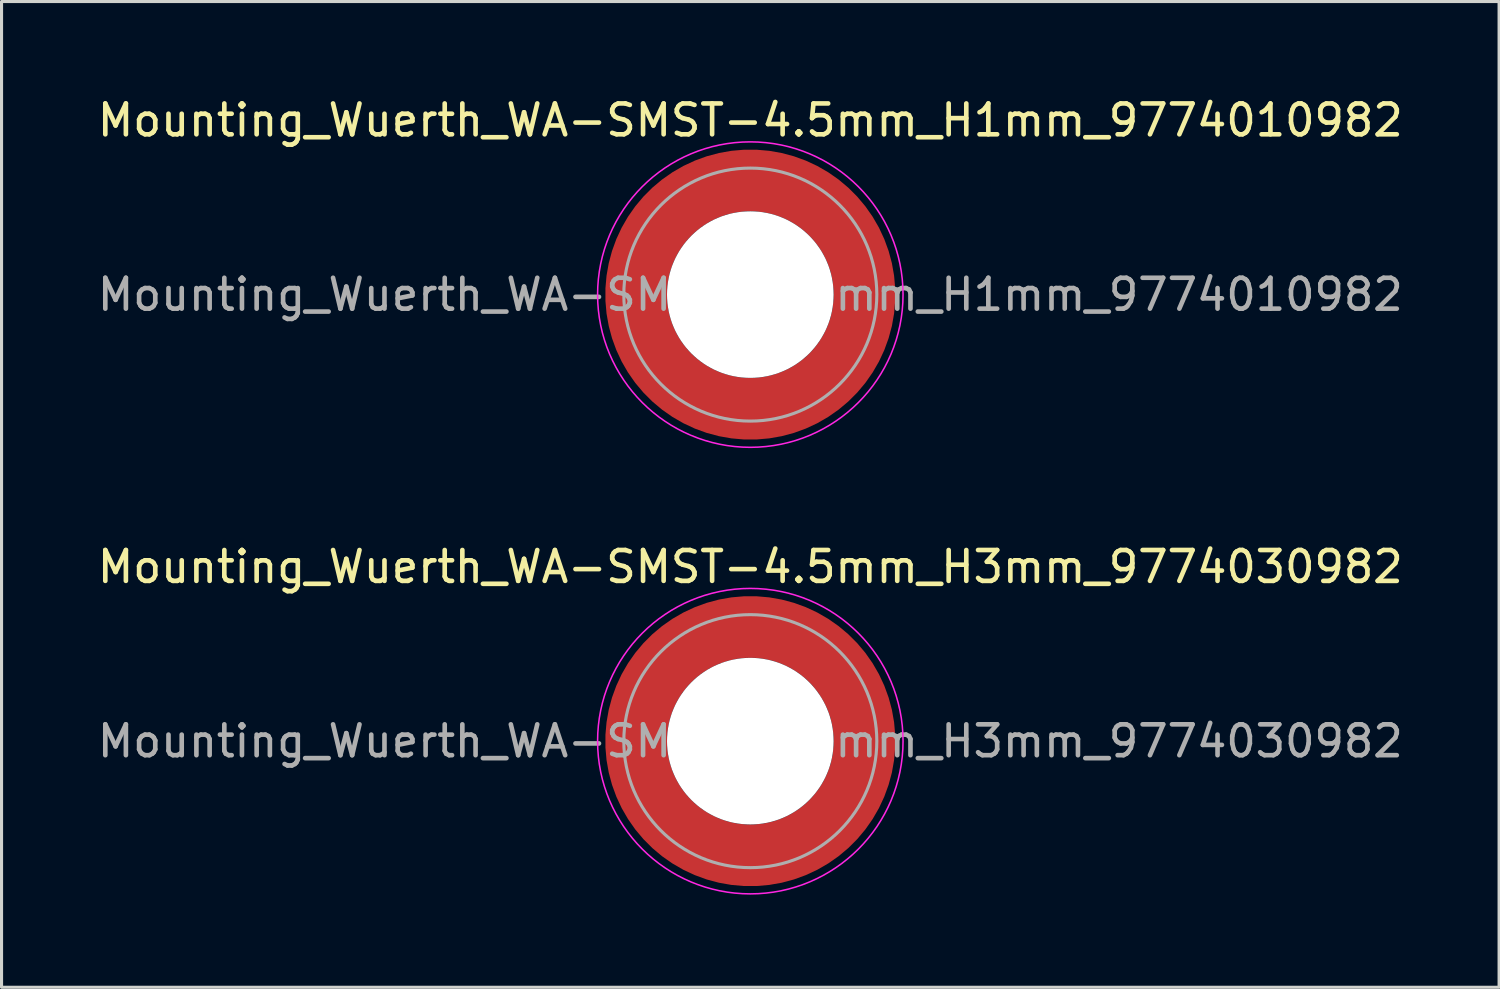
<source format=kicad_pcb>
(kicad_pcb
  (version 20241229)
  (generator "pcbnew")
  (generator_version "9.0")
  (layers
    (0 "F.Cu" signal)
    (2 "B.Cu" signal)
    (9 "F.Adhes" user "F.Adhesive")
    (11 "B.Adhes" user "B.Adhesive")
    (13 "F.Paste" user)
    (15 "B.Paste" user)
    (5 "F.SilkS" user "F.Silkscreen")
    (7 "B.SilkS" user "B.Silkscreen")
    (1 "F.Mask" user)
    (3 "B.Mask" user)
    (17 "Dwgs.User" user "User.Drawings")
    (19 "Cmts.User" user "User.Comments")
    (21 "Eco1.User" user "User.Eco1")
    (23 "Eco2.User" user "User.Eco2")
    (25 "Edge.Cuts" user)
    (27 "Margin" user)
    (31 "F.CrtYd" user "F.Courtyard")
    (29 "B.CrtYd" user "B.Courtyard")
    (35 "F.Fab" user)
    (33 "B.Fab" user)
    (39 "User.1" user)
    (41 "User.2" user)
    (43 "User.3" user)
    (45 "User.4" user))
  (footprint "Mounting_Wuerth_WA-SMST-4.5mm_H3mm_9774030982"
    (layer "F.Cu")
    (at 21.268 20.971)
    (property "Reference" "Mounting_Wuerth_WA-SMST-4.5mm_H3mm_9774030982" (at 0 -5.65 0) (layer "F.SilkS") (effects (font (size 1 1) (thickness 0.15))))
    (attr smd)
    (fp_circle (center 0 0) (end 4.95 0) (stroke (width 0.05) (type solid)) (fill no) (layer "F.CrtYd"))
    (fp_circle (center 0 0) (end 4.1 0) (stroke (width 0.1) (type solid)) (fill no) (layer "F.Fab"))
    (fp_text user "${REFERENCE}" (at 0 0 0) (layer "F.Fab") (effects (font (size 1 1) (thickness 0.15))))
    (pad "" smd custom (at -2.607 -2.607) (size 1.495 1.495) (layers "F.Paste") (options (anchor circle)) (primitives (gr_arc (start -0.188183 2.107456) (mid 0.598928 0.599619) (end 2.106494 -0.188011) (width 0.2)) (gr_arc (start -0.289416 2.107456) (mid 0.528508 0.529033) (end 2.106724 -0.28929) (width 0.2)) (gr_arc (start -0.390547 2.107456) (mid 0.457087 0.459449) (end 2.104161 -0.389996) (width 0.2)) (gr_arc (start -0.491585 2.107456) (mid 0.386415 0.389116) (end 2.103685 -0.490974) (width 0.2)) (gr_arc (start -0.59254 2.107456) (mid 0.31649 0.318035) (end 2.105297 -0.592203) (width 0.2)) (gr_arc (start -0.693419 2.107456) (mid 0.245252 0.248268) (end 2.103239 -0.692777) (width 0.2)) (gr_arc (start -0.794229 2.107456) (mid 0.174636 0.177878) (end 2.102921 -0.793558) (width 0.2)) (gr_arc (start -0.894975 2.107456) (mid 0.104643 0.106867) (end 2.104343 -0.894528) (width 0.2)) (gr_arc (start -0.995664 2.107456) (mid 0.033026 0.037479) (end 2.101219 -0.994793) (width 0.2)) (gr_arc (start -1.0963 2.107456) (mid -0.035789 -0.034713) (end 2.105949 -1.096095) (width 0.2)) (gr_arc (start -1.196886 2.107456) (mid -0.106351 -0.105158) (end 2.105783 -1.196667) (width 0.2)) (gr_arc (start -1.297427 2.107456) (mid -0.176416 -0.176097) (end 2.107009 -1.29737) (width 0.2)) (gr_arc (start -1.397927 2.107456) (mid -0.248476 -0.245042) (end 2.102638 -1.397323) (width 0.2)) (gr_arc (start -1.498388 2.107456) (mid -0.317612 -0.316913) (end 2.106475 -1.498268) (width 0.2)) (gr_arc (start -1.598813 2.107456) (mid -0.388865 -0.386665) (end 2.104366 -1.598444) (width 0.2)) (gr_arc (start -1.699204 2.107456) (mid -0.459747 -0.456787) (end 2.103299 -1.698719) (width 0.2)) (gr_arc (start -1.799565 2.107456) (mid -0.530257 -0.527283) (end 2.103277 -1.799089) (width 0.2)) (gr_arc (start -1.899896 2.107456) (mid -0.600396 -0.59815) (end 2.104299 -1.899545) (width 0.2)) (gr_arc (start -1.899896 2.107456) (mid -0.600396 -0.59815) (end 2.104299 -1.899545) (width 0.2)) (gr_line (start 2.107 -0.188) (end 2.107 -1.9) (width 0.2)) (gr_line (start -0.188 2.107) (end -1.9 2.107) (width 0.2))))
    (pad "" smd custom (at -2.607 2.607) (size 1.495 1.495) (layers "F.Paste") (options (anchor circle)) (primitives (gr_arc (start 2.107456 0.188183) (mid 0.599619 -0.598928) (end -0.188011 -2.106494) (width 0.2)) (gr_arc (start 2.107456 0.289416) (mid 0.529033 -0.528508) (end -0.28929 -2.106724) (width 0.2)) (gr_arc (start 2.107456 0.390547) (mid 0.45945 -0.457087) (end -0.389996 -2.104161) (width 0.2)) (gr_arc (start 2.107456 0.491585) (mid 0.389116 -0.386415) (end -0.490974 -2.103685) (width 0.2)) (gr_arc (start 2.107456 0.59254) (mid 0.318035 -0.31649) (end -0.592203 -2.105297) (width 0.2)) (gr_arc (start 2.107456 0.693419) (mid 0.248268 -0.245252) (end -0.692777 -2.103239) (width 0.2)) (gr_arc (start 2.107456 0.794229) (mid 0.177878 -0.174636) (end -0.793558 -2.102921) (width 0.2)) (gr_arc (start 2.107456 0.894975) (mid 0.106867 -0.104643) (end -0.894528 -2.104343) (width 0.2)) (gr_arc (start 2.107456 0.995664) (mid 0.037479 -0.033026) (end -0.994793 -2.101219) (width 0.2)) (gr_arc (start 2.107456 1.0963) (mid -0.034713 0.035789) (end -1.096095 -2.105949) (width 0.2)) (gr_arc (start 2.107456 1.196886) (mid -0.105158 0.106351) (end -1.196667 -2.105783) (width 0.2)) (gr_arc (start 2.107456 1.297427) (mid -0.176097 0.176416) (end -1.29737 -2.107009) (width 0.2)) (gr_arc (start 2.107456 1.397927) (mid -0.245042 0.248476) (end -1.397323 -2.102638) (width 0.2)) (gr_arc (start 2.107456 1.498388) (mid -0.316913 0.317612) (end -1.498268 -2.106475) (width 0.2)) (gr_arc (start 2.107456 1.598813) (mid -0.386665 0.388865) (end -1.598444 -2.104366) (width 0.2)) (gr_arc (start 2.107456 1.699204) (mid -0.456787 0.459747) (end -1.698719 -2.103299) (width 0.2)) (gr_arc (start 2.107456 1.799565) (mid -0.527283 0.530257) (end -1.799089 -2.103277) (width 0.2)) (gr_arc (start 2.107456 1.899896) (mid -0.59815 0.600396) (end -1.899545 -2.104299) (width 0.2)) (gr_arc (start 2.107456 1.899896) (mid -0.59815 0.600396) (end -1.899545 -2.104299) (width 0.2)) (gr_line (start -0.188 -2.107) (end -1.9 -2.107) (width 0.2)) (gr_line (start 2.107 0.188) (end 2.107 1.9) (width 0.2))))
    (pad "" np_thru_hole circle (at 0 0) (size 5.4 5.4) (drill 5.4) (layers "*.Cu" "*.Mask"))
    (pad "" smd custom (at 2.607 -2.607) (size 1.495 1.495) (layers "F.Paste") (options (anchor circle)) (primitives (gr_arc (start -2.107456 -0.188183) (mid -0.599619 0.598928) (end 0.188011 2.106494) (width 0.2)) (gr_arc (start -2.107456 -0.289416) (mid -0.529033 0.528508) (end 0.28929 2.106724) (width 0.2)) (gr_arc (start -2.107456 -0.390547) (mid -0.459449 0.457087) (end 0.389996 2.104161) (width 0.2)) (gr_arc (start -2.107456 -0.491585) (mid -0.389116 0.386415) (end 0.490974 2.103685) (width 0.2)) (gr_arc (start -2.107456 -0.59254) (mid -0.318035 0.31649) (end 0.592203 2.105297) (width 0.2)) (gr_arc (start -2.107456 -0.693419) (mid -0.248268 0.245252) (end 0.692777 2.103239) (width 0.2)) (gr_arc (start -2.107456 -0.794229) (mid -0.177878 0.174636) (end 0.793558 2.102921) (width 0.2)) (gr_arc (start -2.107456 -0.894975) (mid -0.106867 0.104643) (end 0.894528 2.104343) (width 0.2)) (gr_arc (start -2.107456 -0.995664) (mid -0.037479 0.033026) (end 0.994793 2.101219) (width 0.2)) (gr_arc (start -2.107456 -1.0963) (mid 0.034713 -0.035789) (end 1.096095 2.105949) (width 0.2)) (gr_arc (start -2.107456 -1.196886) (mid 0.105158 -0.106351) (end 1.196667 2.105783) (width 0.2)) (gr_arc (start -2.107456 -1.297427) (mid 0.176097 -0.176416) (end 1.29737 2.107009) (width 0.2)) (gr_arc (start -2.107456 -1.397927) (mid 0.245042 -0.248476) (end 1.397323 2.102638) (width 0.2)) (gr_arc (start -2.107456 -1.498388) (mid 0.316913 -0.317612) (end 1.498268 2.106475) (width 0.2)) (gr_arc (start -2.107456 -1.598813) (mid 0.386665 -0.388865) (end 1.598444 2.104366) (width 0.2)) (gr_arc (start -2.107456 -1.699204) (mid 0.456787 -0.459747) (end 1.698719 2.103299) (width 0.2)) (gr_arc (start -2.107456 -1.799565) (mid 0.527283 -0.530257) (end 1.799089 2.103277) (width 0.2)) (gr_arc (start -2.107456 -1.899896) (mid 0.59815 -0.600396) (end 1.899545 2.104299) (width 0.2)) (gr_arc (start -2.107456 -1.899896) (mid 0.59815 -0.600396) (end 1.899545 2.104299) (width 0.2)) (gr_line (start 0.188 2.107) (end 1.9 2.107) (width 0.2)) (gr_line (start -2.107 -0.188) (end -2.107 -1.9) (width 0.2))))
    (pad "" smd custom (at 2.607 2.607) (size 1.495 1.495) (layers "F.Paste") (options (anchor circle)) (primitives (gr_arc (start 0.188183 -2.107456) (mid -0.598928 -0.599619) (end -2.106494 0.188011) (width 0.2)) (gr_arc (start 0.289416 -2.107456) (mid -0.528508 -0.529033) (end -2.106724 0.28929) (width 0.2)) (gr_arc (start 0.390547 -2.107456) (mid -0.457087 -0.459449) (end -2.104161 0.389996) (width 0.2)) (gr_arc (start 0.491585 -2.107456) (mid -0.386415 -0.389116) (end -2.103685 0.490974) (width 0.2)) (gr_arc (start 0.59254 -2.107456) (mid -0.31649 -0.318035) (end -2.105297 0.592203) (width 0.2)) (gr_arc (start 0.693419 -2.107456) (mid -0.245252 -0.248268) (end -2.103239 0.692777) (width 0.2)) (gr_arc (start 0.794229 -2.107456) (mid -0.174636 -0.177878) (end -2.102921 0.793558) (width 0.2)) (gr_arc (start 0.894975 -2.107456) (mid -0.104643 -0.106867) (end -2.104343 0.894528) (width 0.2)) (gr_arc (start 0.995664 -2.107456) (mid -0.033026 -0.037479) (end -2.101219 0.994793) (width 0.2)) (gr_arc (start 1.0963 -2.107456) (mid 0.035789 0.034713) (end -2.105949 1.096095) (width 0.2)) (gr_arc (start 1.196886 -2.107456) (mid 0.106351 0.105158) (end -2.105783 1.196667) (width 0.2)) (gr_arc (start 1.297427 -2.107456) (mid 0.176416 0.176097) (end -2.107009 1.29737) (width 0.2)) (gr_arc (start 1.397927 -2.107456) (mid 0.248476 0.245042) (end -2.102638 1.397323) (width 0.2)) (gr_arc (start 1.498388 -2.107456) (mid 0.317612 0.316913) (end -2.106475 1.498268) (width 0.2)) (gr_arc (start 1.598813 -2.107456) (mid 0.388865 0.386665) (end -2.104366 1.598444) (width 0.2)) (gr_arc (start 1.699204 -2.107456) (mid 0.459747 0.456787) (end -2.103299 1.698719) (width 0.2)) (gr_arc (start 1.799565 -2.107456) (mid 0.530257 0.527283) (end -2.103277 1.799089) (width 0.2)) (gr_arc (start 1.899896 -2.107456) (mid 0.600396 0.59815) (end -2.104299 1.899545) (width 0.2)) (gr_arc (start 1.899896 -2.107456) (mid 0.600396 0.59815) (end -2.104299 1.899545) (width 0.2)) (gr_line (start -2.107 0.188) (end -2.107 1.9) (width 0.2)) (gr_line (start 0.188 -2.107) (end 1.9 -2.107) (width 0.2))))
    (pad "1" smd circle (at -3.7 0) (size 1.6 1.6) (layers "F.Cu"))
    (pad "1" smd circle (at 0 -3.7) (size 1.6 1.6) (layers "F.Cu"))
    (pad "1" smd circle (at 0 3.7) (size 1.6 1.6) (layers "F.Cu"))
    (pad "1" smd custom (at 3.7 0) (size 1.6 1.6) (layers "F.Cu" "F.Mask") (options (anchor circle)) (primitives (gr_circle (center -3.7 0) (end 0 0) (width 2) (fill no)))))
  (footprint "Mounting_Wuerth_WA-SMST-4.5mm_H1mm_9774010982"
    (layer "F.Cu")
    (at 21.268 6.498)
    (property "Reference" "Mounting_Wuerth_WA-SMST-4.5mm_H1mm_9774010982" (at 0 -5.65 0) (layer "F.SilkS") (effects (font (size 1 1) (thickness 0.15))))
    (attr smd)
    (fp_circle (center 0 0) (end 4.95 0) (stroke (width 0.05) (type solid)) (fill no) (layer "F.CrtYd"))
    (fp_circle (center 0 0) (end 4.1 0) (stroke (width 0.1) (type solid)) (fill no) (layer "F.Fab"))
    (fp_text user "${REFERENCE}" (at 0 0 0) (layer "F.Fab") (effects (font (size 1 1) (thickness 0.15))))
    (pad "" smd custom (at -2.607 -2.607) (size 1.495 1.495) (layers "F.Paste") (options (anchor circle)) (primitives (gr_arc (start -0.188183 2.107456) (mid 0.598928 0.599619) (end 2.106494 -0.188011) (width 0.2)) (gr_arc (start -0.289416 2.107456) (mid 0.528508 0.529033) (end 2.106724 -0.28929) (width 0.2)) (gr_arc (start -0.390547 2.107456) (mid 0.457087 0.459449) (end 2.104161 -0.389996) (width 0.2)) (gr_arc (start -0.491585 2.107456) (mid 0.386415 0.389116) (end 2.103685 -0.490974) (width 0.2)) (gr_arc (start -0.59254 2.107456) (mid 0.31649 0.318035) (end 2.105297 -0.592203) (width 0.2)) (gr_arc (start -0.693419 2.107456) (mid 0.245252 0.248268) (end 2.103239 -0.692777) (width 0.2)) (gr_arc (start -0.794229 2.107456) (mid 0.174636 0.177878) (end 2.102921 -0.793558) (width 0.2)) (gr_arc (start -0.894975 2.107456) (mid 0.104643 0.106867) (end 2.104343 -0.894528) (width 0.2)) (gr_arc (start -0.995664 2.107456) (mid 0.033026 0.037479) (end 2.101219 -0.994793) (width 0.2)) (gr_arc (start -1.0963 2.107456) (mid -0.035789 -0.034713) (end 2.105949 -1.096095) (width 0.2)) (gr_arc (start -1.196886 2.107456) (mid -0.106351 -0.105158) (end 2.105783 -1.196667) (width 0.2)) (gr_arc (start -1.297427 2.107456) (mid -0.176416 -0.176097) (end 2.107009 -1.29737) (width 0.2)) (gr_arc (start -1.397927 2.107456) (mid -0.248476 -0.245042) (end 2.102638 -1.397323) (width 0.2)) (gr_arc (start -1.498388 2.107456) (mid -0.317612 -0.316913) (end 2.106475 -1.498268) (width 0.2)) (gr_arc (start -1.598813 2.107456) (mid -0.388865 -0.386665) (end 2.104366 -1.598444) (width 0.2)) (gr_arc (start -1.699204 2.107456) (mid -0.459747 -0.456787) (end 2.103299 -1.698719) (width 0.2)) (gr_arc (start -1.799565 2.107456) (mid -0.530257 -0.527283) (end 2.103277 -1.799089) (width 0.2)) (gr_arc (start -1.899896 2.107456) (mid -0.600396 -0.59815) (end 2.104299 -1.899545) (width 0.2)) (gr_arc (start -1.899896 2.107456) (mid -0.600396 -0.59815) (end 2.104299 -1.899545) (width 0.2)) (gr_line (start 2.107 -0.188) (end 2.107 -1.9) (width 0.2)) (gr_line (start -0.188 2.107) (end -1.9 2.107) (width 0.2))))
    (pad "" smd custom (at -2.607 2.607) (size 1.495 1.495) (layers "F.Paste") (options (anchor circle)) (primitives (gr_arc (start 2.107456 0.188183) (mid 0.599619 -0.598928) (end -0.188011 -2.106494) (width 0.2)) (gr_arc (start 2.107456 0.289416) (mid 0.529033 -0.528508) (end -0.28929 -2.106724) (width 0.2)) (gr_arc (start 2.107456 0.390547) (mid 0.45945 -0.457087) (end -0.389996 -2.104161) (width 0.2)) (gr_arc (start 2.107456 0.491585) (mid 0.389116 -0.386415) (end -0.490974 -2.103685) (width 0.2)) (gr_arc (start 2.107456 0.59254) (mid 0.318035 -0.31649) (end -0.592203 -2.105297) (width 0.2)) (gr_arc (start 2.107456 0.693419) (mid 0.248268 -0.245252) (end -0.692777 -2.103239) (width 0.2)) (gr_arc (start 2.107456 0.794229) (mid 0.177878 -0.174636) (end -0.793558 -2.102921) (width 0.2)) (gr_arc (start 2.107456 0.894975) (mid 0.106867 -0.104643) (end -0.894528 -2.104343) (width 0.2)) (gr_arc (start 2.107456 0.995664) (mid 0.037479 -0.033026) (end -0.994793 -2.101219) (width 0.2)) (gr_arc (start 2.107456 1.0963) (mid -0.034713 0.035789) (end -1.096095 -2.105949) (width 0.2)) (gr_arc (start 2.107456 1.196886) (mid -0.105158 0.106351) (end -1.196667 -2.105783) (width 0.2)) (gr_arc (start 2.107456 1.297427) (mid -0.176097 0.176416) (end -1.29737 -2.107009) (width 0.2)) (gr_arc (start 2.107456 1.397927) (mid -0.245042 0.248476) (end -1.397323 -2.102638) (width 0.2)) (gr_arc (start 2.107456 1.498388) (mid -0.316913 0.317612) (end -1.498268 -2.106475) (width 0.2)) (gr_arc (start 2.107456 1.598813) (mid -0.386665 0.388865) (end -1.598444 -2.104366) (width 0.2)) (gr_arc (start 2.107456 1.699204) (mid -0.456787 0.459747) (end -1.698719 -2.103299) (width 0.2)) (gr_arc (start 2.107456 1.799565) (mid -0.527283 0.530257) (end -1.799089 -2.103277) (width 0.2)) (gr_arc (start 2.107456 1.899896) (mid -0.59815 0.600396) (end -1.899545 -2.104299) (width 0.2)) (gr_arc (start 2.107456 1.899896) (mid -0.59815 0.600396) (end -1.899545 -2.104299) (width 0.2)) (gr_line (start -0.188 -2.107) (end -1.9 -2.107) (width 0.2)) (gr_line (start 2.107 0.188) (end 2.107 1.9) (width 0.2))))
    (pad "" np_thru_hole circle (at 0 0) (size 5.4 5.4) (drill 5.4) (layers "*.Cu" "*.Mask"))
    (pad "" smd custom (at 2.607 -2.607) (size 1.495 1.495) (layers "F.Paste") (options (anchor circle)) (primitives (gr_arc (start -2.107456 -0.188183) (mid -0.599619 0.598928) (end 0.188011 2.106494) (width 0.2)) (gr_arc (start -2.107456 -0.289416) (mid -0.529033 0.528508) (end 0.28929 2.106724) (width 0.2)) (gr_arc (start -2.107456 -0.390547) (mid -0.459449 0.457087) (end 0.389996 2.104161) (width 0.2)) (gr_arc (start -2.107456 -0.491585) (mid -0.389116 0.386415) (end 0.490974 2.103685) (width 0.2)) (gr_arc (start -2.107456 -0.59254) (mid -0.318035 0.31649) (end 0.592203 2.105297) (width 0.2)) (gr_arc (start -2.107456 -0.693419) (mid -0.248268 0.245252) (end 0.692777 2.103239) (width 0.2)) (gr_arc (start -2.107456 -0.794229) (mid -0.177878 0.174636) (end 0.793558 2.102921) (width 0.2)) (gr_arc (start -2.107456 -0.894975) (mid -0.106867 0.104643) (end 0.894528 2.104343) (width 0.2)) (gr_arc (start -2.107456 -0.995664) (mid -0.037479 0.033026) (end 0.994793 2.101219) (width 0.2)) (gr_arc (start -2.107456 -1.0963) (mid 0.034713 -0.035789) (end 1.096095 2.105949) (width 0.2)) (gr_arc (start -2.107456 -1.196886) (mid 0.105158 -0.106351) (end 1.196667 2.105783) (width 0.2)) (gr_arc (start -2.107456 -1.297427) (mid 0.176097 -0.176416) (end 1.29737 2.107009) (width 0.2)) (gr_arc (start -2.107456 -1.397927) (mid 0.245042 -0.248476) (end 1.397323 2.102638) (width 0.2)) (gr_arc (start -2.107456 -1.498388) (mid 0.316913 -0.317612) (end 1.498268 2.106475) (width 0.2)) (gr_arc (start -2.107456 -1.598813) (mid 0.386665 -0.388865) (end 1.598444 2.104366) (width 0.2)) (gr_arc (start -2.107456 -1.699204) (mid 0.456787 -0.459747) (end 1.698719 2.103299) (width 0.2)) (gr_arc (start -2.107456 -1.799565) (mid 0.527283 -0.530257) (end 1.799089 2.103277) (width 0.2)) (gr_arc (start -2.107456 -1.899896) (mid 0.59815 -0.600396) (end 1.899545 2.104299) (width 0.2)) (gr_arc (start -2.107456 -1.899896) (mid 0.59815 -0.600396) (end 1.899545 2.104299) (width 0.2)) (gr_line (start 0.188 2.107) (end 1.9 2.107) (width 0.2)) (gr_line (start -2.107 -0.188) (end -2.107 -1.9) (width 0.2))))
    (pad "" smd custom (at 2.607 2.607) (size 1.495 1.495) (layers "F.Paste") (options (anchor circle)) (primitives (gr_arc (start 0.188183 -2.107456) (mid -0.598928 -0.599619) (end -2.106494 0.188011) (width 0.2)) (gr_arc (start 0.289416 -2.107456) (mid -0.528508 -0.529033) (end -2.106724 0.28929) (width 0.2)) (gr_arc (start 0.390547 -2.107456) (mid -0.457087 -0.459449) (end -2.104161 0.389996) (width 0.2)) (gr_arc (start 0.491585 -2.107456) (mid -0.386415 -0.389116) (end -2.103685 0.490974) (width 0.2)) (gr_arc (start 0.59254 -2.107456) (mid -0.31649 -0.318035) (end -2.105297 0.592203) (width 0.2)) (gr_arc (start 0.693419 -2.107456) (mid -0.245252 -0.248268) (end -2.103239 0.692777) (width 0.2)) (gr_arc (start 0.794229 -2.107456) (mid -0.174636 -0.177878) (end -2.102921 0.793558) (width 0.2)) (gr_arc (start 0.894975 -2.107456) (mid -0.104643 -0.106867) (end -2.104343 0.894528) (width 0.2)) (gr_arc (start 0.995664 -2.107456) (mid -0.033026 -0.037479) (end -2.101219 0.994793) (width 0.2)) (gr_arc (start 1.0963 -2.107456) (mid 0.035789 0.034713) (end -2.105949 1.096095) (width 0.2)) (gr_arc (start 1.196886 -2.107456) (mid 0.106351 0.105158) (end -2.105783 1.196667) (width 0.2)) (gr_arc (start 1.297427 -2.107456) (mid 0.176416 0.176097) (end -2.107009 1.29737) (width 0.2)) (gr_arc (start 1.397927 -2.107456) (mid 0.248476 0.245042) (end -2.102638 1.397323) (width 0.2)) (gr_arc (start 1.498388 -2.107456) (mid 0.317612 0.316913) (end -2.106475 1.498268) (width 0.2)) (gr_arc (start 1.598813 -2.107456) (mid 0.388865 0.386665) (end -2.104366 1.598444) (width 0.2)) (gr_arc (start 1.699204 -2.107456) (mid 0.459747 0.456787) (end -2.103299 1.698719) (width 0.2)) (gr_arc (start 1.799565 -2.107456) (mid 0.530257 0.527283) (end -2.103277 1.799089) (width 0.2)) (gr_arc (start 1.899896 -2.107456) (mid 0.600396 0.59815) (end -2.104299 1.899545) (width 0.2)) (gr_arc (start 1.899896 -2.107456) (mid 0.600396 0.59815) (end -2.104299 1.899545) (width 0.2)) (gr_line (start -2.107 0.188) (end -2.107 1.9) (width 0.2)) (gr_line (start 0.188 -2.107) (end 1.9 -2.107) (width 0.2))))
    (pad "1" smd circle (at -3.7 0) (size 1.6 1.6) (layers "F.Cu"))
    (pad "1" smd circle (at 0 -3.7) (size 1.6 1.6) (layers "F.Cu"))
    (pad "1" smd circle (at 0 3.7) (size 1.6 1.6) (layers "F.Cu"))
    (pad "1" smd custom (at 3.7 0) (size 1.6 1.6) (layers "F.Cu" "F.Mask") (options (anchor circle)) (primitives (gr_circle (center -3.7 0) (end 0 0) (width 2) (fill no)))))
  (gr_rect
    (start -3 -3)
    (end 45.536 28.947)
    (stroke (width 0.1) (type default))
    (fill no)
    (layer "Edge.Cuts")))
</source>
